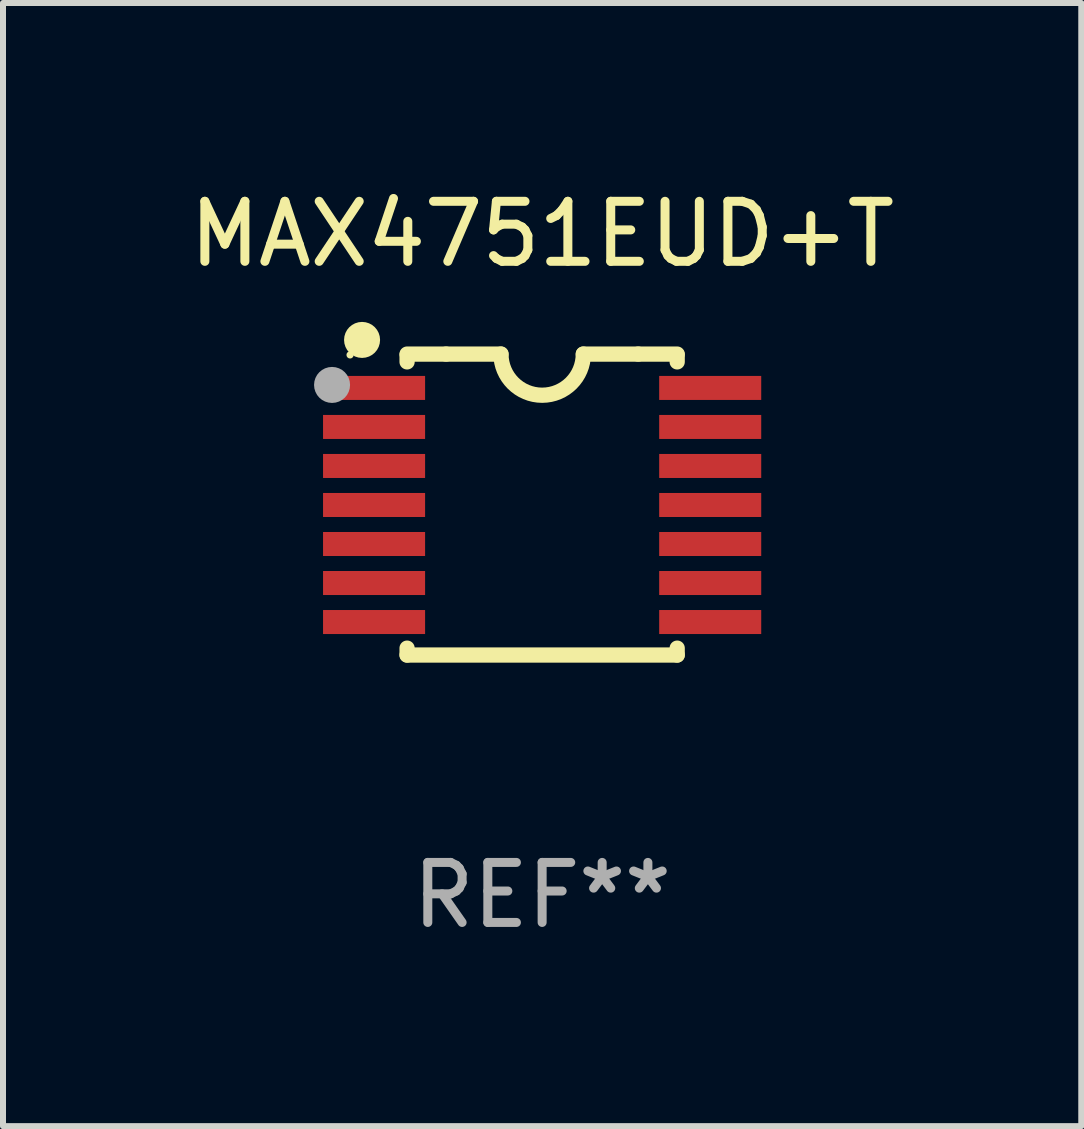
<source format=kicad_pcb>
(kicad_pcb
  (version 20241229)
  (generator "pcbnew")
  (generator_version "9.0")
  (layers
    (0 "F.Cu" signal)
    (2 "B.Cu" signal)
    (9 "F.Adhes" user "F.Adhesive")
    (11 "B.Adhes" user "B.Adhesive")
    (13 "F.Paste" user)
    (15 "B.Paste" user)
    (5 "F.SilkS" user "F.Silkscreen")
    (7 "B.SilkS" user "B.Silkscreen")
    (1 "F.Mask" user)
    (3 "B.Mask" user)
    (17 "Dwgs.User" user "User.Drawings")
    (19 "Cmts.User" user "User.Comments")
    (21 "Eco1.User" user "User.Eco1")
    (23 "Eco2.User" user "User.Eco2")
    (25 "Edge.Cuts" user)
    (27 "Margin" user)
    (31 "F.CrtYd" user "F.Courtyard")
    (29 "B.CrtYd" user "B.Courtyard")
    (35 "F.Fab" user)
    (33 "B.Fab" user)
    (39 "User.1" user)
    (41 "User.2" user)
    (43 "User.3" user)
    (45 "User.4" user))
  (footprint "MAX4751EUD+T"
    (layer "F.Cu")
    (at 5.982 5.356)
    (property "Reference" "MAX4751EUD+T" (at 0 -4.507 0) (layer "F.SilkS") (effects (font (size 1 1) (thickness 0.15))))
    (attr through_hole)
    (fp_line (start -2.25 -2.377) (end -2.25 -2.493) (stroke (width 0.254) (type solid)) (layer "F.SilkS"))
    (fp_line (start -2.25 2.507) (end -2.25 2.392) (stroke (width 0.254) (type solid)) (layer "F.SilkS"))
    (fp_line (start -1.6 -2.507) (end -2.25 -2.507) (stroke (width 0.254) (type solid)) (layer "F.SilkS"))
    (fp_line (start -1.6 -2.507) (end -0.686 -2.507) (stroke (width 0.254) (type solid)) (layer "F.SilkS"))
    (fp_line (start 0.686 -2.507) (end 1.6 -2.507) (stroke (width 0.254) (type solid)) (layer "F.SilkS"))
    (fp_line (start 1.6 -2.507) (end 2.25 -2.507) (stroke (width 0.254) (type solid)) (layer "F.SilkS"))
    (fp_line (start 2.25 -2.493) (end 2.25 -2.377) (stroke (width 0.254) (type solid)) (layer "F.SilkS"))
    (fp_line (start 2.25 2.392) (end 2.25 2.507) (stroke (width 0.254) (type solid)) (layer "F.SilkS"))
    (fp_line (start 2.25 2.507) (end -2.25 2.507) (stroke (width 0.254) (type solid)) (layer "F.SilkS"))
    (fp_arc (start 0.685852 -2.507303) (mid 0.000051 -1.821502) (end -0.68575 -2.507303) (stroke (width 0.254001) (type solid)) (layer "F.SilkS"))
    (fp_circle (center -3.2 -2.493) (end -3.17 -2.493) (stroke (width 0.06) (type solid)) (fill no) (layer "F.SilkS"))
    (fp_circle (center -3 -2.743) (end -2.85 -2.743) (stroke (width 0.3) (type solid)) (fill no) (layer "F.SilkS"))
    (fp_circle (center -3.5 -1.993) (end -3.35 -1.993) (stroke (width 0.3) (type solid)) (fill no) (layer "F.Fab"))
    (fp_text user "REF**" (at 0 6.507 0) (layer "F.Fab") (effects (font (size 1 1) (thickness 0.15))))
    (pad "1" smd rect (at -2.8 -1.943) (size 1.7 0.4) (layers "F.Cu" "F.Mask" "F.Paste"))
    (pad "2" smd rect (at -2.8 -1.293) (size 1.7 0.4) (layers "F.Cu" "F.Mask" "F.Paste"))
    (pad "3" smd rect (at -2.8 -0.643) (size 1.7 0.4) (layers "F.Cu" "F.Mask" "F.Paste"))
    (pad "4" smd rect (at -2.8 0.007) (size 1.7 0.4) (layers "F.Cu" "F.Mask" "F.Paste"))
    (pad "5" smd rect (at -2.8 0.657) (size 1.7 0.4) (layers "F.Cu" "F.Mask" "F.Paste"))
    (pad "6" smd rect (at -2.8 1.307) (size 1.7 0.4) (layers "F.Cu" "F.Mask" "F.Paste"))
    (pad "7" smd rect (at -2.8 1.957) (size 1.7 0.4) (layers "F.Cu" "F.Mask" "F.Paste"))
    (pad "8" smd rect (at 2.8 1.957) (size 1.7 0.4) (layers "F.Cu" "F.Mask" "F.Paste"))
    (pad "9" smd rect (at 2.8 1.307) (size 1.7 0.4) (layers "F.Cu" "F.Mask" "F.Paste"))
    (pad "10" smd rect (at 2.8 0.657) (size 1.7 0.4) (layers "F.Cu" "F.Mask" "F.Paste"))
    (pad "11" smd rect (at 2.8 0.007) (size 1.7 0.4) (layers "F.Cu" "F.Mask" "F.Paste"))
    (pad "12" smd rect (at 2.8 -0.643) (size 1.7 0.4) (layers "F.Cu" "F.Mask" "F.Paste"))
    (pad "13" smd rect (at 2.8 -1.293) (size 1.7 0.4) (layers "F.Cu" "F.Mask" "F.Paste"))
    (pad "14" smd rect (at 2.8 -1.943) (size 1.7 0.4) (layers "F.Cu" "F.Mask" "F.Paste")))
  (gr_rect
    (start -3 -3)
    (end 14.964 15.711)
    (stroke (width 0.1) (type default))
    (fill no)
    (layer "Edge.Cuts")))
</source>
